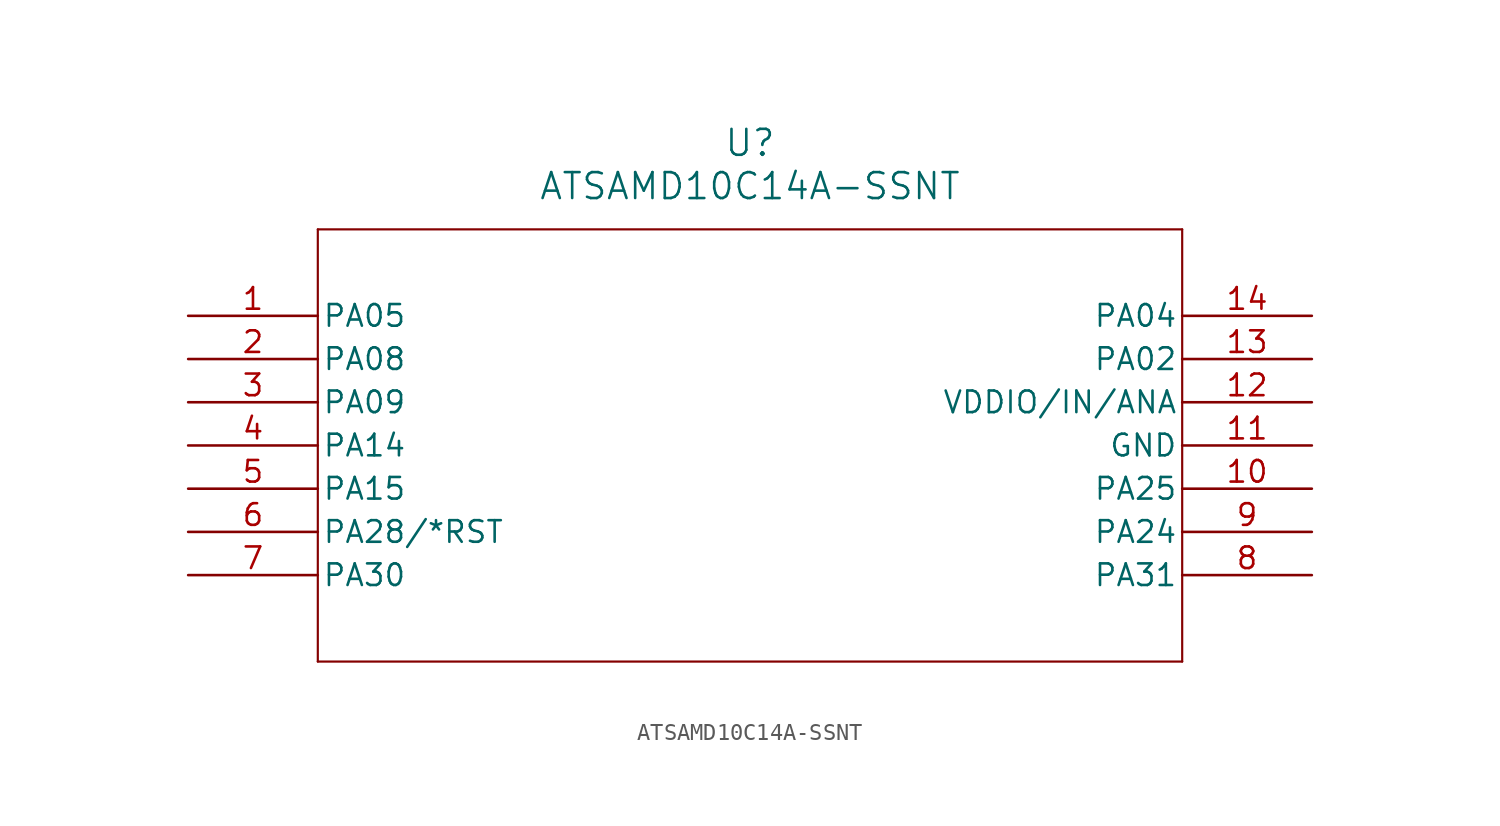
<source format=kicad_sym>
(kicad_symbol_lib
  (version 20211014)
  (generator kicad_symbol_editor)
  (symbol "ATSAMD10C14A-SSNT"
    (pin_names
      (offset 0.254))
    (property "Reference" "U"
      (at 33.02 10.16 0)
      (effects (font (size 1.524 1.524))))
    (property "Value" "ATSAMD10C14A-SSNT"
      (at 33.02 7.62 0)
      (effects (font (size 1.524 1.524))))
    (symbol "ATSAMD10C14A-SSNT_0_1"
      (polyline (pts (xy 7.62 5.08) (xy 7.62 -20.32)) (stroke (width 0.127) (type default) (color 0 0 0 0)) (fill (type none)))
      (polyline (pts (xy 7.62 -20.32) (xy 58.42 -20.32)) (stroke (width 0.127) (type default) (color 0 0 0 0)) (fill (type none)))
      (polyline (pts (xy 58.42 -20.32) (xy 58.42 5.08)) (stroke (width 0.127) (type default) (color 0 0 0 0)) (fill (type none)))
      (polyline (pts (xy 58.42 5.08) (xy 7.62 5.08)) (stroke (width 0.127) (type default) (color 0 0 0 0)) (fill (type none)))
      (pin bidirectional line (at 0 0 0) (length 7.62) (name "PA05" (effects (font (size 1.27 1.27)))) (number "1" (effects (font (size 1.27 1.27)))))
      (pin bidirectional line (at 0 -2.54 0) (length 7.62) (name "PA08" (effects (font (size 1.27 1.27)))) (number "2" (effects (font (size 1.27 1.27)))))
      (pin bidirectional line (at 0 -5.08 0) (length 7.62) (name "PA09" (effects (font (size 1.27 1.27)))) (number "3" (effects (font (size 1.27 1.27)))))
      (pin bidirectional line (at 0 -7.62 0) (length 7.62) (name "PA14" (effects (font (size 1.27 1.27)))) (number "4" (effects (font (size 1.27 1.27)))))
      (pin bidirectional line (at 0 -10.16 0) (length 7.62) (name "PA15" (effects (font (size 1.27 1.27)))) (number "5" (effects (font (size 1.27 1.27)))))
      (pin bidirectional line (at 0 -12.7 0) (length 7.62) (name "PA28/*RST" (effects (font (size 1.27 1.27)))) (number "6" (effects (font (size 1.27 1.27)))))
      (pin bidirectional line (at 0 -15.24 0) (length 7.62) (name "PA30" (effects (font (size 1.27 1.27)))) (number "7" (effects (font (size 1.27 1.27)))))
      (pin bidirectional line (at 66.04 -15.24 180) (length 7.62) (name "PA31" (effects (font (size 1.27 1.27)))) (number "8" (effects (font (size 1.27 1.27)))))
      (pin bidirectional line (at 66.04 -12.7 180) (length 7.62) (name "PA24" (effects (font (size 1.27 1.27)))) (number "9" (effects (font (size 1.27 1.27)))))
      (pin bidirectional line (at 66.04 -10.16 180) (length 7.62) (name "PA25" (effects (font (size 1.27 1.27)))) (number "10" (effects (font (size 1.27 1.27)))))
      (pin power_out line (at 66.04 -7.62 180) (length 7.62) (name "GND" (effects (font (size 1.27 1.27)))) (number "11" (effects (font (size 1.27 1.27)))))
      (pin power_in line (at 66.04 -5.08 180) (length 7.62) (name "VDDIO/IN/ANA" (effects (font (size 1.27 1.27)))) (number "12" (effects (font (size 1.27 1.27)))))
      (pin bidirectional line (at 66.04 -2.54 180) (length 7.62) (name "PA02" (effects (font (size 1.27 1.27)))) (number "13" (effects (font (size 1.27 1.27)))))
      (pin bidirectional line (at 66.04 0 180) (length 7.62) (name "PA04" (effects (font (size 1.27 1.27)))) (number "14" (effects (font (size 1.27 1.27))))))))
</source>
